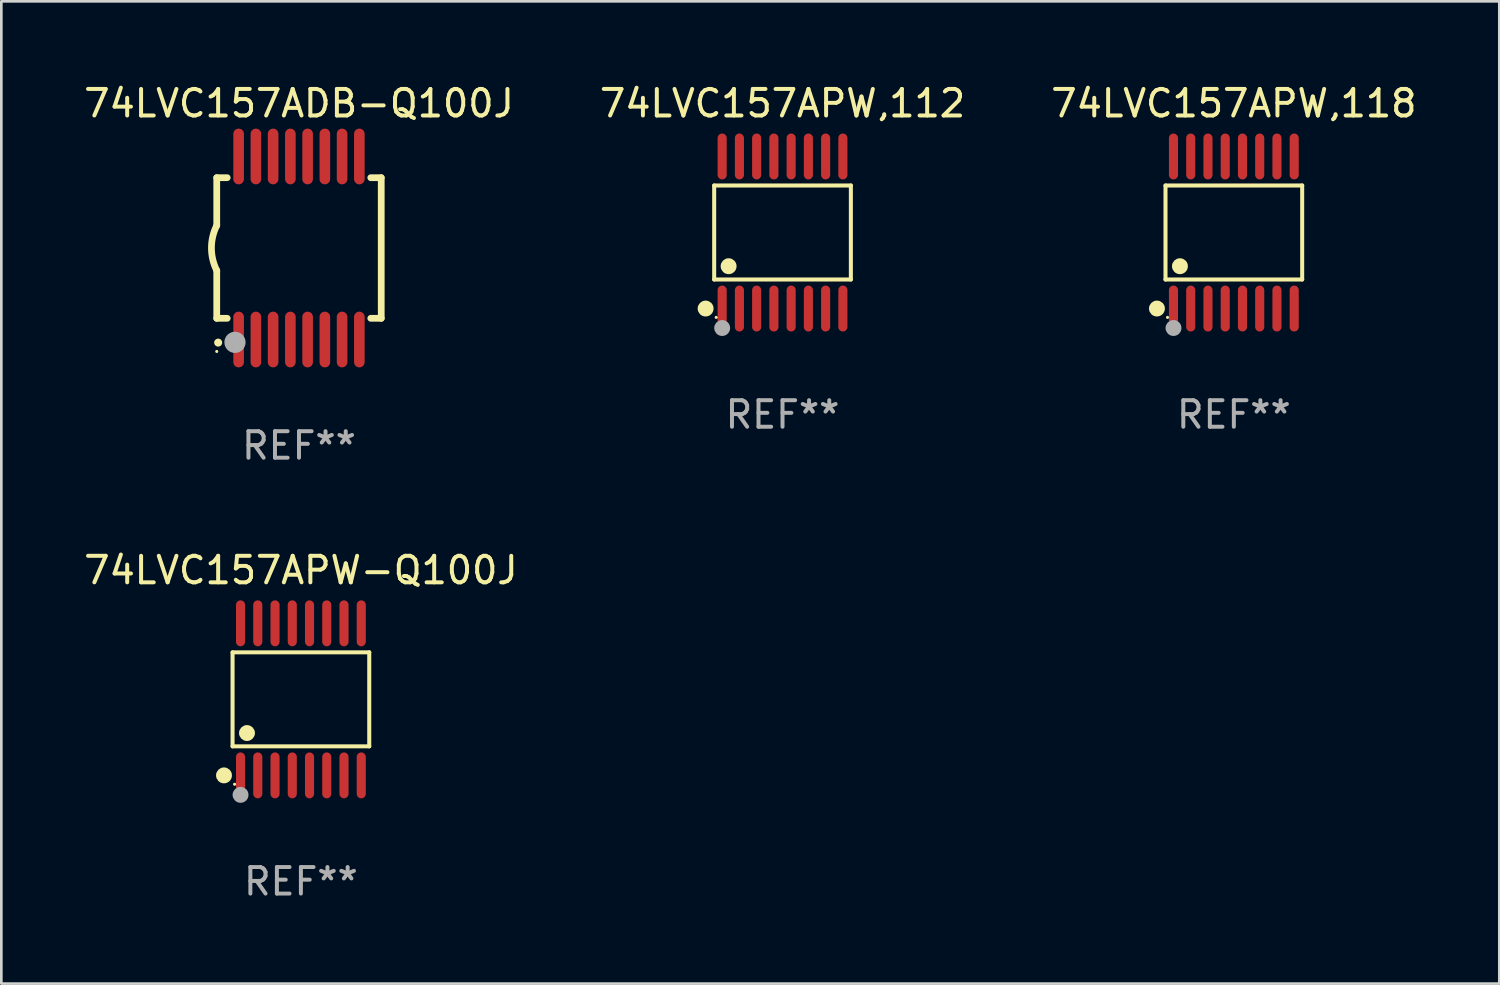
<source format=kicad_pcb>
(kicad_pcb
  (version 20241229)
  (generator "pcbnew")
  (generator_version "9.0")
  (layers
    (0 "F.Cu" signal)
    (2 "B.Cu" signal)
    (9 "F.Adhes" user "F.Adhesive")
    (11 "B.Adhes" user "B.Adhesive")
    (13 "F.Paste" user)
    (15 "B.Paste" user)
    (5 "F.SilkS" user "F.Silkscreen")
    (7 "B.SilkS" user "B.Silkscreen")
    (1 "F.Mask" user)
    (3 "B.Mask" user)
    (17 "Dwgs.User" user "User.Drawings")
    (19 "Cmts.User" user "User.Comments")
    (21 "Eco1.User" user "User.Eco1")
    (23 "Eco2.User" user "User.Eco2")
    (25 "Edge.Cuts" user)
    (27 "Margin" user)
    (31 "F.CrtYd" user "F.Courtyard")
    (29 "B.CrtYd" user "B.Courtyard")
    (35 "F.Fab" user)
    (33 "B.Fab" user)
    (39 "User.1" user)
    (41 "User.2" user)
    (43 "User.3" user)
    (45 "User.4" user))
  (footprint "74LVC157APW-Q100J"
    (layer "F.Cu")
    (at 8.292 23.311)
    (property "Reference" "74LVC157APW-Q100J" (at 0 -4.866 0) (layer "F.SilkS") (effects (font (size 1 1) (thickness 0.15))))
    (attr through_hole)
    (fp_line (start -2.576 -1.772) (end 2.576 -1.772) (stroke (width 0.152) (type solid)) (layer "F.SilkS"))
    (fp_line (start -2.576 1.771) (end -2.576 -1.772) (stroke (width 0.152) (type solid)) (layer "F.SilkS"))
    (fp_line (start 2.576 -1.772) (end 2.576 1.771) (stroke (width 0.152) (type solid)) (layer "F.SilkS"))
    (fp_line (start 2.576 1.771) (end -2.576 1.771) (stroke (width 0.152) (type solid)) (layer "F.SilkS"))
    (fp_circle (center -2.899 2.866) (end -2.749 2.866) (stroke (width 0.3) (type solid)) (fill no) (layer "F.SilkS"))
    (fp_circle (center -2.5 3.2) (end -2.47 3.2) (stroke (width 0.06) (type solid)) (fill no) (layer "F.SilkS"))
    (fp_circle (center -2.032 1.27) (end -1.882 1.27) (stroke (width 0.3) (type solid)) (fill no) (layer "F.SilkS"))
    (fp_circle (center -2.275 3.6) (end -2.125 3.6) (stroke (width 0.3) (type solid)) (fill no) (layer "F.Fab"))
    (fp_text user "REF**" (at 0 6.866 0) (layer "F.Fab") (effects (font (size 1 1) (thickness 0.15))))
    (pad "1" smd oval (at -2.275 2.866) (size 0.343 1.731) (layers "F.Cu" "F.Mask" "F.Paste"))
    (pad "2" smd oval (at -1.625 2.866) (size 0.343 1.731) (layers "F.Cu" "F.Mask" "F.Paste"))
    (pad "3" smd oval (at -0.975 2.866) (size 0.343 1.731) (layers "F.Cu" "F.Mask" "F.Paste"))
    (pad "4" smd oval (at -0.325 2.866) (size 0.343 1.731) (layers "F.Cu" "F.Mask" "F.Paste"))
    (pad "5" smd oval (at 0.325 2.866) (size 0.343 1.731) (layers "F.Cu" "F.Mask" "F.Paste"))
    (pad "6" smd oval (at 0.975 2.866) (size 0.343 1.731) (layers "F.Cu" "F.Mask" "F.Paste"))
    (pad "7" smd oval (at 1.625 2.866) (size 0.343 1.731) (layers "F.Cu" "F.Mask" "F.Paste"))
    (pad "8" smd oval (at 2.275 2.866) (size 0.343 1.731) (layers "F.Cu" "F.Mask" "F.Paste"))
    (pad "9" smd oval (at 2.275 -2.866) (size 0.343 1.731) (layers "F.Cu" "F.Mask" "F.Paste"))
    (pad "10" smd oval (at 1.625 -2.866) (size 0.343 1.731) (layers "F.Cu" "F.Mask" "F.Paste"))
    (pad "11" smd oval (at 0.975 -2.866) (size 0.343 1.731) (layers "F.Cu" "F.Mask" "F.Paste"))
    (pad "12" smd oval (at 0.325 -2.866) (size 0.343 1.731) (layers "F.Cu" "F.Mask" "F.Paste"))
    (pad "13" smd oval (at -0.325 -2.866) (size 0.343 1.731) (layers "F.Cu" "F.Mask" "F.Paste"))
    (pad "14" smd oval (at -0.975 -2.866) (size 0.343 1.731) (layers "F.Cu" "F.Mask" "F.Paste"))
    (pad "15" smd oval (at -1.625 -2.866) (size 0.343 1.731) (layers "F.Cu" "F.Mask" "F.Paste"))
    (pad "16" smd oval (at -2.275 -2.866) (size 0.343 1.731) (layers "F.Cu" "F.Mask" "F.Paste")))
  (footprint "74LVC157ADB-Q100J"
    (layer "F.Cu")
    (at 8.22 6.298)
    (property "Reference" "74LVC157ADB-Q100J" (at 0 -5.45 0) (layer "F.SilkS") (effects (font (size 1 1) (thickness 0.15))))
    (attr through_hole)
    (fp_line (start -3.1 -2.65) (end -3.1 -0.85) (stroke (width 0.254) (type solid)) (layer "F.SilkS"))
    (fp_line (start -3.1 -2.65) (end -2.706 -2.65) (stroke (width 0.254) (type solid)) (layer "F.SilkS"))
    (fp_line (start -3.1 2.65) (end -3.1 0.85) (stroke (width 0.254) (type solid)) (layer "F.SilkS"))
    (fp_line (start -3.1 2.65) (end -2.706 2.65) (stroke (width 0.254) (type solid)) (layer "F.SilkS"))
    (fp_line (start 2.706 -2.65) (end 3.1 -2.65) (stroke (width 0.254) (type solid)) (layer "F.SilkS"))
    (fp_line (start 2.706 2.65) (end 3.1 2.65) (stroke (width 0.254) (type solid)) (layer "F.SilkS"))
    (fp_line (start 3.1 -2.65) (end 3.1 2.65) (stroke (width 0.254) (type solid)) (layer "F.SilkS"))
    (fp_arc (start -3.098907 0.850902) (mid -3.300057 0.000523) (end -3.1 -0.850114) (stroke (width 0.254001) (type solid)) (layer "F.SilkS"))
    (fp_arc (start -3.048006 3.566066) (mid -3.046736 3.566061) (end -3.045466 3.566066) (stroke (width 0.3) (type solid)) (layer "F.SilkS"))
    (fp_circle (center -3.1 3.9) (end -3.07 3.9) (stroke (width 0.06) (type solid)) (fill no) (layer "F.SilkS"))
    (fp_circle (center -2.413 3.556) (end -2.213 3.556) (stroke (width 0.4) (type solid)) (fill no) (layer "F.Fab"))
    (fp_text user "REF**" (at 0 7.45 0) (layer "F.Fab") (effects (font (size 1 1) (thickness 0.15))))
    (pad "1" smd oval (at -2.275 3.45 180) (size 0.4 2.1) (layers "F.Cu" "F.Mask" "F.Paste"))
    (pad "2" smd oval (at -1.625 3.45 180) (size 0.4 2.1) (layers "F.Cu" "F.Mask" "F.Paste"))
    (pad "3" smd oval (at -0.975 3.45 180) (size 0.4 2.1) (layers "F.Cu" "F.Mask" "F.Paste"))
    (pad "4" smd oval (at -0.325 3.45 180) (size 0.4 2.1) (layers "F.Cu" "F.Mask" "F.Paste"))
    (pad "5" smd oval (at 0.325 3.45 180) (size 0.4 2.1) (layers "F.Cu" "F.Mask" "F.Paste"))
    (pad "6" smd oval (at 0.975 3.45 180) (size 0.4 2.1) (layers "F.Cu" "F.Mask" "F.Paste"))
    (pad "7" smd oval (at 1.625 3.45 180) (size 0.4 2.1) (layers "F.Cu" "F.Mask" "F.Paste"))
    (pad "8" smd oval (at 2.275 3.45 180) (size 0.4 2.1) (layers "F.Cu" "F.Mask" "F.Paste"))
    (pad "9" smd oval (at 2.275 -3.45 180) (size 0.4 2.1) (layers "F.Cu" "F.Mask" "F.Paste"))
    (pad "10" smd oval (at 1.625 -3.45 180) (size 0.4 2.1) (layers "F.Cu" "F.Mask" "F.Paste"))
    (pad "11" smd oval (at 0.975 -3.45 180) (size 0.4 2.1) (layers "F.Cu" "F.Mask" "F.Paste"))
    (pad "12" smd oval (at 0.325 -3.45 180) (size 0.4 2.1) (layers "F.Cu" "F.Mask" "F.Paste"))
    (pad "13" smd oval (at -0.325 -3.45 180) (size 0.4 2.1) (layers "F.Cu" "F.Mask" "F.Paste"))
    (pad "14" smd oval (at -0.975 -3.45 180) (size 0.4 2.1) (layers "F.Cu" "F.Mask" "F.Paste"))
    (pad "15" smd oval (at -1.625 -3.45 180) (size 0.4 2.1) (layers "F.Cu" "F.Mask" "F.Paste"))
    (pad "16" smd oval (at -2.275 -3.45 180) (size 0.4 2.1) (layers "F.Cu" "F.Mask" "F.Paste")))
  (footprint "74LVC157APW,112"
    (layer "F.Cu")
    (at 26.446 5.714)
    (property "Reference" "74LVC157APW,112" (at 0 -4.866 0) (layer "F.SilkS") (effects (font (size 1 1) (thickness 0.15))))
    (attr through_hole)
    (fp_line (start -2.576 -1.772) (end 2.576 -1.772) (stroke (width 0.152) (type solid)) (layer "F.SilkS"))
    (fp_line (start -2.576 1.771) (end -2.576 -1.772) (stroke (width 0.152) (type solid)) (layer "F.SilkS"))
    (fp_line (start 2.576 -1.772) (end 2.576 1.771) (stroke (width 0.152) (type solid)) (layer "F.SilkS"))
    (fp_line (start 2.576 1.771) (end -2.576 1.771) (stroke (width 0.152) (type solid)) (layer "F.SilkS"))
    (fp_circle (center -2.899 2.866) (end -2.749 2.866) (stroke (width 0.3) (type solid)) (fill no) (layer "F.SilkS"))
    (fp_circle (center -2.5 3.2) (end -2.47 3.2) (stroke (width 0.06) (type solid)) (fill no) (layer "F.SilkS"))
    (fp_circle (center -2.032 1.27) (end -1.882 1.27) (stroke (width 0.3) (type solid)) (fill no) (layer "F.SilkS"))
    (fp_circle (center -2.275 3.6) (end -2.125 3.6) (stroke (width 0.3) (type solid)) (fill no) (layer "F.Fab"))
    (fp_text user "REF**" (at 0 6.866 0) (layer "F.Fab") (effects (font (size 1 1) (thickness 0.15))))
    (pad "1" smd oval (at -2.275 2.866) (size 0.343 1.731) (layers "F.Cu" "F.Mask" "F.Paste"))
    (pad "2" smd oval (at -1.625 2.866) (size 0.343 1.731) (layers "F.Cu" "F.Mask" "F.Paste"))
    (pad "3" smd oval (at -0.975 2.866) (size 0.343 1.731) (layers "F.Cu" "F.Mask" "F.Paste"))
    (pad "4" smd oval (at -0.325 2.866) (size 0.343 1.731) (layers "F.Cu" "F.Mask" "F.Paste"))
    (pad "5" smd oval (at 0.325 2.866) (size 0.343 1.731) (layers "F.Cu" "F.Mask" "F.Paste"))
    (pad "6" smd oval (at 0.975 2.866) (size 0.343 1.731) (layers "F.Cu" "F.Mask" "F.Paste"))
    (pad "7" smd oval (at 1.625 2.866) (size 0.343 1.731) (layers "F.Cu" "F.Mask" "F.Paste"))
    (pad "8" smd oval (at 2.275 2.866) (size 0.343 1.731) (layers "F.Cu" "F.Mask" "F.Paste"))
    (pad "9" smd oval (at 2.275 -2.866) (size 0.343 1.731) (layers "F.Cu" "F.Mask" "F.Paste"))
    (pad "10" smd oval (at 1.625 -2.866) (size 0.343 1.731) (layers "F.Cu" "F.Mask" "F.Paste"))
    (pad "11" smd oval (at 0.975 -2.866) (size 0.343 1.731) (layers "F.Cu" "F.Mask" "F.Paste"))
    (pad "12" smd oval (at 0.325 -2.866) (size 0.343 1.731) (layers "F.Cu" "F.Mask" "F.Paste"))
    (pad "13" smd oval (at -0.325 -2.866) (size 0.343 1.731) (layers "F.Cu" "F.Mask" "F.Paste"))
    (pad "14" smd oval (at -0.975 -2.866) (size 0.343 1.731) (layers "F.Cu" "F.Mask" "F.Paste"))
    (pad "15" smd oval (at -1.625 -2.866) (size 0.343 1.731) (layers "F.Cu" "F.Mask" "F.Paste"))
    (pad "16" smd oval (at -2.275 -2.866) (size 0.343 1.731) (layers "F.Cu" "F.Mask" "F.Paste")))
  (footprint "74LVC157APW,118"
    (layer "F.Cu")
    (at 43.458 5.714)
    (property "Reference" "74LVC157APW,118" (at 0 -4.866 0) (layer "F.SilkS") (effects (font (size 1 1) (thickness 0.15))))
    (attr through_hole)
    (fp_line (start -2.576 -1.772) (end 2.576 -1.772) (stroke (width 0.152) (type solid)) (layer "F.SilkS"))
    (fp_line (start -2.576 1.771) (end -2.576 -1.772) (stroke (width 0.152) (type solid)) (layer "F.SilkS"))
    (fp_line (start 2.576 -1.772) (end 2.576 1.771) (stroke (width 0.152) (type solid)) (layer "F.SilkS"))
    (fp_line (start 2.576 1.771) (end -2.576 1.771) (stroke (width 0.152) (type solid)) (layer "F.SilkS"))
    (fp_circle (center -2.899 2.866) (end -2.749 2.866) (stroke (width 0.3) (type solid)) (fill no) (layer "F.SilkS"))
    (fp_circle (center -2.5 3.2) (end -2.47 3.2) (stroke (width 0.06) (type solid)) (fill no) (layer "F.SilkS"))
    (fp_circle (center -2.032 1.27) (end -1.882 1.27) (stroke (width 0.3) (type solid)) (fill no) (layer "F.SilkS"))
    (fp_circle (center -2.275 3.6) (end -2.125 3.6) (stroke (width 0.3) (type solid)) (fill no) (layer "F.Fab"))
    (fp_text user "REF**" (at 0 6.866 0) (layer "F.Fab") (effects (font (size 1 1) (thickness 0.15))))
    (pad "1" smd oval (at -2.275 2.866) (size 0.343 1.731) (layers "F.Cu" "F.Mask" "F.Paste"))
    (pad "2" smd oval (at -1.625 2.866) (size 0.343 1.731) (layers "F.Cu" "F.Mask" "F.Paste"))
    (pad "3" smd oval (at -0.975 2.866) (size 0.343 1.731) (layers "F.Cu" "F.Mask" "F.Paste"))
    (pad "4" smd oval (at -0.325 2.866) (size 0.343 1.731) (layers "F.Cu" "F.Mask" "F.Paste"))
    (pad "5" smd oval (at 0.325 2.866) (size 0.343 1.731) (layers "F.Cu" "F.Mask" "F.Paste"))
    (pad "6" smd oval (at 0.975 2.866) (size 0.343 1.731) (layers "F.Cu" "F.Mask" "F.Paste"))
    (pad "7" smd oval (at 1.625 2.866) (size 0.343 1.731) (layers "F.Cu" "F.Mask" "F.Paste"))
    (pad "8" smd oval (at 2.275 2.866) (size 0.343 1.731) (layers "F.Cu" "F.Mask" "F.Paste"))
    (pad "9" smd oval (at 2.275 -2.866) (size 0.343 1.731) (layers "F.Cu" "F.Mask" "F.Paste"))
    (pad "10" smd oval (at 1.625 -2.866) (size 0.343 1.731) (layers "F.Cu" "F.Mask" "F.Paste"))
    (pad "11" smd oval (at 0.975 -2.866) (size 0.343 1.731) (layers "F.Cu" "F.Mask" "F.Paste"))
    (pad "12" smd oval (at 0.325 -2.866) (size 0.343 1.731) (layers "F.Cu" "F.Mask" "F.Paste"))
    (pad "13" smd oval (at -0.325 -2.866) (size 0.343 1.731) (layers "F.Cu" "F.Mask" "F.Paste"))
    (pad "14" smd oval (at -0.975 -2.866) (size 0.343 1.731) (layers "F.Cu" "F.Mask" "F.Paste"))
    (pad "15" smd oval (at -1.625 -2.866) (size 0.343 1.731) (layers "F.Cu" "F.Mask" "F.Paste"))
    (pad "16" smd oval (at -2.275 -2.866) (size 0.343 1.731) (layers "F.Cu" "F.Mask" "F.Paste")))
  (gr_rect
    (start -3 -3)
    (end 53.464 34.025)
    (stroke (width 0.1) (type default))
    (fill no)
    (layer "Edge.Cuts")))
</source>
